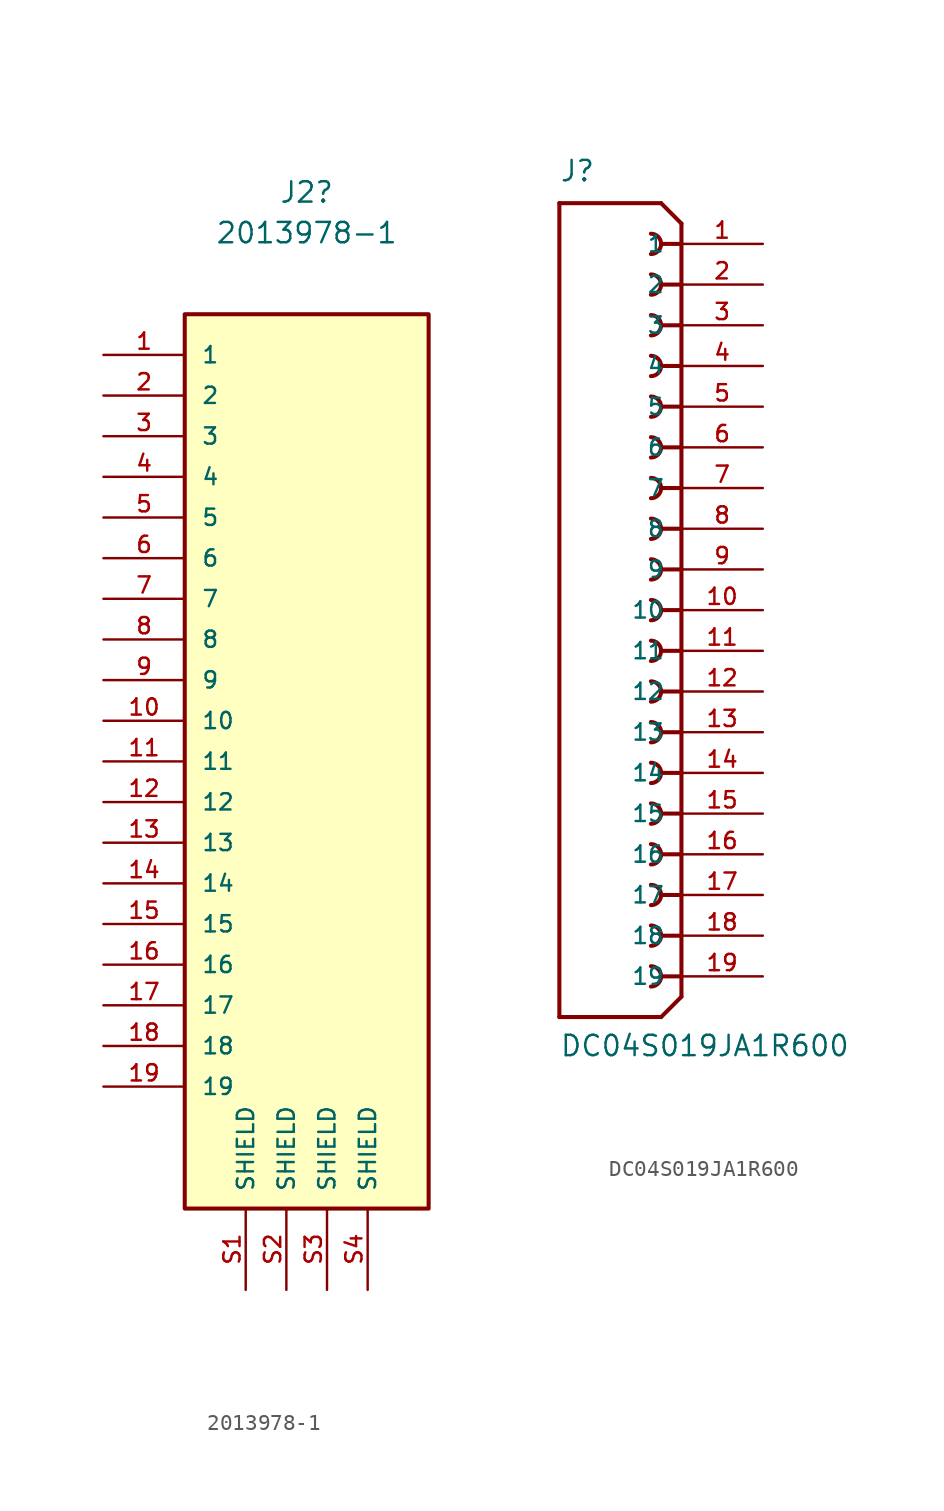
<source format=kicad_sym>
(kicad_symbol_lib
  (version 20211014)
  (generator kicad_symbol_editor)
  (symbol "2013978-1"
    (pin_names
      (offset 1.016))
    (property "Reference" "J2"
      (at 0 35.56 0)
      (effects (font (size 1.27 1.27))))
    (property "Value" "2013978-1"
      (at 0 33.02 0)
      (effects (font (size 1.27 1.27))))
    (property "ki_locked" ""
      (at 0 0 0)
      (effects (font (size 1.27 1.27))))
    (symbol "2013978-1_0_0"
      (rectangle (start -7.62 -27.94) (end 7.62 27.94) (stroke (width 0.254) (type default) (color 0 0 0 0)) (fill (type background)))
      (pin passive line (at -12.7 25.4 0) (length 5.08) (name "1" (effects (font (size 1.016 1.016)))) (number "1" (effects (font (size 1.016 1.016)))))
      (pin passive line (at -12.7 2.54 0) (length 5.08) (name "10" (effects (font (size 1.016 1.016)))) (number "10" (effects (font (size 1.016 1.016)))))
      (pin passive line (at -12.7 0 0) (length 5.08) (name "11" (effects (font (size 1.016 1.016)))) (number "11" (effects (font (size 1.016 1.016)))))
      (pin passive line (at -12.7 -2.54 0) (length 5.08) (name "12" (effects (font (size 1.016 1.016)))) (number "12" (effects (font (size 1.016 1.016)))))
      (pin passive line (at -12.7 -5.08 0) (length 5.08) (name "13" (effects (font (size 1.016 1.016)))) (number "13" (effects (font (size 1.016 1.016)))))
      (pin passive line (at -12.7 -7.62 0) (length 5.08) (name "14" (effects (font (size 1.016 1.016)))) (number "14" (effects (font (size 1.016 1.016)))))
      (pin passive line (at -12.7 -10.16 0) (length 5.08) (name "15" (effects (font (size 1.016 1.016)))) (number "15" (effects (font (size 1.016 1.016)))))
      (pin passive line (at -12.7 -12.7 0) (length 5.08) (name "16" (effects (font (size 1.016 1.016)))) (number "16" (effects (font (size 1.016 1.016)))))
      (pin passive line (at -12.7 -15.24 0) (length 5.08) (name "17" (effects (font (size 1.016 1.016)))) (number "17" (effects (font (size 1.016 1.016)))))
      (pin passive line (at -12.7 -17.78 0) (length 5.08) (name "18" (effects (font (size 1.016 1.016)))) (number "18" (effects (font (size 1.016 1.016)))))
      (pin passive line (at -12.7 -20.32 0) (length 5.08) (name "19" (effects (font (size 1.016 1.016)))) (number "19" (effects (font (size 1.016 1.016)))))
      (pin passive line (at -12.7 22.86 0) (length 5.08) (name "2" (effects (font (size 1.016 1.016)))) (number "2" (effects (font (size 1.016 1.016)))))
      (pin passive line (at -12.7 20.32 0) (length 5.08) (name "3" (effects (font (size 1.016 1.016)))) (number "3" (effects (font (size 1.016 1.016)))))
      (pin passive line (at -12.7 17.78 0) (length 5.08) (name "4" (effects (font (size 1.016 1.016)))) (number "4" (effects (font (size 1.016 1.016)))))
      (pin passive line (at -12.7 15.24 0) (length 5.08) (name "5" (effects (font (size 1.016 1.016)))) (number "5" (effects (font (size 1.016 1.016)))))
      (pin passive line (at -12.7 12.7 0) (length 5.08) (name "6" (effects (font (size 1.016 1.016)))) (number "6" (effects (font (size 1.016 1.016)))))
      (pin passive line (at -12.7 10.16 0) (length 5.08) (name "7" (effects (font (size 1.016 1.016)))) (number "7" (effects (font (size 1.016 1.016)))))
      (pin passive line (at -12.7 7.62 0) (length 5.08) (name "8" (effects (font (size 1.016 1.016)))) (number "8" (effects (font (size 1.016 1.016)))))
      (pin passive line (at -12.7 5.08 0) (length 5.08) (name "9" (effects (font (size 1.016 1.016)))) (number "9" (effects (font (size 1.016 1.016)))))
      (pin passive line (at -3.81 -33.02 90) (length 5.08) (name "SHIELD" (effects (font (size 1.016 1.016)))) (number "S1" (effects (font (size 1.016 1.016)))))
      (pin passive line (at -1.27 -33.02 90) (length 5.08) (name "SHIELD" (effects (font (size 1.016 1.016)))) (number "S2" (effects (font (size 1.016 1.016)))))
      (pin passive line (at 1.27 -33.02 90) (length 5.08) (name "SHIELD" (effects (font (size 1.016 1.016)))) (number "S3" (effects (font (size 1.016 1.016)))))
      (pin passive line (at 3.81 -33.02 90) (length 5.08) (name "SHIELD" (effects (font (size 1.016 1.016)))) (number "S4" (effects (font (size 1.016 1.016)))))))
  (symbol "DC04S019JA1R600"
    (pin_names
      (offset 1.016))
    (property "Reference" "J"
      (at -7.62 26.67 0)
      (effects (font (size 1.27 1.27)) (justify left bottom)))
    (property "Value" "DC04S019JA1R600"
      (at -7.62 -27.94 0)
      (effects (font (size 1.27 1.27)) (justify left bottom)))
    (property "ki_locked" ""
      (at 0 0 0)
      (effects (font (size 1.27 1.27))))
    (symbol "DC04S019JA1R600_0_0"
      (arc (start -1.905 -23.495) (mid -1.27 -22.86) (end -1.905 -22.225) (stroke (width 0.254) (type default) (color 0 0 0 0)) (fill (type none)))
      (arc (start -1.905 -20.955) (mid -1.27 -20.32) (end -1.905 -19.685) (stroke (width 0.254) (type default) (color 0 0 0 0)) (fill (type none)))
      (arc (start -1.905 -18.415) (mid -1.27 -17.78) (end -1.905 -17.145) (stroke (width 0.254) (type default) (color 0 0 0 0)) (fill (type none)))
      (arc (start -1.905 -15.875) (mid -1.27 -15.24) (end -1.905 -14.605) (stroke (width 0.254) (type default) (color 0 0 0 0)) (fill (type none)))
      (arc (start -1.905 -13.335) (mid -1.27 -12.7) (end -1.905 -12.065) (stroke (width 0.254) (type default) (color 0 0 0 0)) (fill (type none)))
      (arc (start -1.905 -10.795) (mid -1.27 -10.16) (end -1.905 -9.525) (stroke (width 0.254) (type default) (color 0 0 0 0)) (fill (type none)))
      (arc (start -1.905 -8.255) (mid -1.27 -7.62) (end -1.905 -6.985) (stroke (width 0.254) (type default) (color 0 0 0 0)) (fill (type none)))
      (arc (start -1.905 -5.715) (mid -1.27 -5.08) (end -1.905 -4.445) (stroke (width 0.254) (type default) (color 0 0 0 0)) (fill (type none)))
      (arc (start -1.905 -3.175) (mid -1.27 -2.54) (end -1.905 -1.905) (stroke (width 0.254) (type default) (color 0 0 0 0)) (fill (type none)))
      (arc (start -1.905 -0.635) (mid -1.27 0) (end -1.905 0.635) (stroke (width 0.254) (type default) (color 0 0 0 0)) (fill (type none)))
      (arc (start -1.905 1.905) (mid -1.27 2.54) (end -1.905 3.175) (stroke (width 0.254) (type default) (color 0 0 0 0)) (fill (type none)))
      (arc (start -1.905 4.445) (mid -1.27 5.08) (end -1.905 5.715) (stroke (width 0.254) (type default) (color 0 0 0 0)) (fill (type none)))
      (arc (start -1.905 6.985) (mid -1.27 7.62) (end -1.905 8.255) (stroke (width 0.254) (type default) (color 0 0 0 0)) (fill (type none)))
      (arc (start -1.905 9.525) (mid -1.27 10.16) (end -1.905 10.795) (stroke (width 0.254) (type default) (color 0 0 0 0)) (fill (type none)))
      (arc (start -1.905 12.065) (mid -1.27 12.7) (end -1.905 13.335) (stroke (width 0.254) (type default) (color 0 0 0 0)) (fill (type none)))
      (arc (start -1.905 14.605) (mid -1.27 15.24) (end -1.905 15.875) (stroke (width 0.254) (type default) (color 0 0 0 0)) (fill (type none)))
      (arc (start -1.905 17.145) (mid -1.27 17.78) (end -1.905 18.415) (stroke (width 0.254) (type default) (color 0 0 0 0)) (fill (type none)))
      (arc (start -1.905 19.685) (mid -1.27 20.32) (end -1.905 20.955) (stroke (width 0.254) (type default) (color 0 0 0 0)) (fill (type none)))
      (arc (start -1.905 22.225) (mid -1.27 22.86) (end -1.905 23.495) (stroke (width 0.254) (type default) (color 0 0 0 0)) (fill (type none)))
      (polyline (pts (xy -7.62 -25.4) (xy -7.62 25.4)) (stroke (width 0.254) (type default) (color 0 0 0 0)) (fill (type none)))
      (polyline (pts (xy -7.62 25.4) (xy -1.27 25.4)) (stroke (width 0.254) (type default) (color 0 0 0 0)) (fill (type none)))
      (polyline (pts (xy -1.27 -25.4) (xy -7.62 -25.4)) (stroke (width 0.254) (type default) (color 0 0 0 0)) (fill (type none)))
      (polyline (pts (xy 0 -24.13) (xy -1.27 -25.4)) (stroke (width 0.254) (type default) (color 0 0 0 0)) (fill (type none)))
      (polyline (pts (xy 0 -22.86) (xy -1.27 -22.86)) (stroke (width 0.254) (type default) (color 0 0 0 0)) (fill (type none)))
      (polyline (pts (xy 0 -20.32) (xy -1.27 -20.32)) (stroke (width 0.254) (type default) (color 0 0 0 0)) (fill (type none)))
      (polyline (pts (xy 0 -17.78) (xy -1.27 -17.78)) (stroke (width 0.254) (type default) (color 0 0 0 0)) (fill (type none)))
      (polyline (pts (xy 0 -15.24) (xy -1.27 -15.24)) (stroke (width 0.254) (type default) (color 0 0 0 0)) (fill (type none)))
      (polyline (pts (xy 0 -12.7) (xy -1.27 -12.7)) (stroke (width 0.254) (type default) (color 0 0 0 0)) (fill (type none)))
      (polyline (pts (xy 0 -10.16) (xy -1.27 -10.16)) (stroke (width 0.254) (type default) (color 0 0 0 0)) (fill (type none)))
      (polyline (pts (xy 0 -7.62) (xy -1.27 -7.62)) (stroke (width 0.254) (type default) (color 0 0 0 0)) (fill (type none)))
      (polyline (pts (xy 0 -5.08) (xy -1.27 -5.08)) (stroke (width 0.254) (type default) (color 0 0 0 0)) (fill (type none)))
      (polyline (pts (xy 0 -2.54) (xy -1.27 -2.54)) (stroke (width 0.254) (type default) (color 0 0 0 0)) (fill (type none)))
      (polyline (pts (xy 0 0) (xy -1.27 0)) (stroke (width 0.254) (type default) (color 0 0 0 0)) (fill (type none)))
      (polyline (pts (xy 0 2.54) (xy -1.27 2.54)) (stroke (width 0.254) (type default) (color 0 0 0 0)) (fill (type none)))
      (polyline (pts (xy 0 5.08) (xy -1.27 5.08)) (stroke (width 0.254) (type default) (color 0 0 0 0)) (fill (type none)))
      (polyline (pts (xy 0 7.62) (xy -1.27 7.62)) (stroke (width 0.254) (type default) (color 0 0 0 0)) (fill (type none)))
      (polyline (pts (xy 0 10.16) (xy -1.27 10.16)) (stroke (width 0.254) (type default) (color 0 0 0 0)) (fill (type none)))
      (polyline (pts (xy 0 12.7) (xy -1.27 12.7)) (stroke (width 0.254) (type default) (color 0 0 0 0)) (fill (type none)))
      (polyline (pts (xy 0 15.24) (xy -1.27 15.24)) (stroke (width 0.254) (type default) (color 0 0 0 0)) (fill (type none)))
      (polyline (pts (xy 0 17.78) (xy -1.27 17.78)) (stroke (width 0.254) (type default) (color 0 0 0 0)) (fill (type none)))
      (polyline (pts (xy 0 20.32) (xy -1.27 20.32)) (stroke (width 0.254) (type default) (color 0 0 0 0)) (fill (type none)))
      (polyline (pts (xy 0 22.86) (xy -1.27 22.86)) (stroke (width 0.254) (type default) (color 0 0 0 0)) (fill (type none)))
      (polyline (pts (xy 0 22.86) (xy 0 -24.13)) (stroke (width 0.254) (type default) (color 0 0 0 0)) (fill (type none)))
      (polyline (pts (xy 0 24.13) (xy -1.27 25.4)) (stroke (width 0.254) (type default) (color 0 0 0 0)) (fill (type none)))
      (polyline (pts (xy 0 24.13) (xy 0 22.86)) (stroke (width 0.254) (type default) (color 0 0 0 0)) (fill (type none)))
      (pin passive line (at 5.08 22.86 180) (length 5.08) (name "1" (effects (font (size 1.016 1.016)))) (number "1" (effects (font (size 1.016 1.016)))))
      (pin passive line (at 5.08 0 180) (length 5.08) (name "10" (effects (font (size 1.016 1.016)))) (number "10" (effects (font (size 1.016 1.016)))))
      (pin passive line (at 5.08 -2.54 180) (length 5.08) (name "11" (effects (font (size 1.016 1.016)))) (number "11" (effects (font (size 1.016 1.016)))))
      (pin passive line (at 5.08 -5.08 180) (length 5.08) (name "12" (effects (font (size 1.016 1.016)))) (number "12" (effects (font (size 1.016 1.016)))))
      (pin passive line (at 5.08 -7.62 180) (length 5.08) (name "13" (effects (font (size 1.016 1.016)))) (number "13" (effects (font (size 1.016 1.016)))))
      (pin passive line (at 5.08 -10.16 180) (length 5.08) (name "14" (effects (font (size 1.016 1.016)))) (number "14" (effects (font (size 1.016 1.016)))))
      (pin passive line (at 5.08 -12.7 180) (length 5.08) (name "15" (effects (font (size 1.016 1.016)))) (number "15" (effects (font (size 1.016 1.016)))))
      (pin passive line (at 5.08 -15.24 180) (length 5.08) (name "16" (effects (font (size 1.016 1.016)))) (number "16" (effects (font (size 1.016 1.016)))))
      (pin passive line (at 5.08 -17.78 180) (length 5.08) (name "17" (effects (font (size 1.016 1.016)))) (number "17" (effects (font (size 1.016 1.016)))))
      (pin passive line (at 5.08 -20.32 180) (length 5.08) (name "18" (effects (font (size 1.016 1.016)))) (number "18" (effects (font (size 1.016 1.016)))))
      (pin passive line (at 5.08 -22.86 180) (length 5.08) (name "19" (effects (font (size 1.016 1.016)))) (number "19" (effects (font (size 1.016 1.016)))))
      (pin passive line (at 5.08 20.32 180) (length 5.08) (name "2" (effects (font (size 1.016 1.016)))) (number "2" (effects (font (size 1.016 1.016)))))
      (pin passive line (at 5.08 17.78 180) (length 5.08) (name "3" (effects (font (size 1.016 1.016)))) (number "3" (effects (font (size 1.016 1.016)))))
      (pin passive line (at 5.08 15.24 180) (length 5.08) (name "4" (effects (font (size 1.016 1.016)))) (number "4" (effects (font (size 1.016 1.016)))))
      (pin passive line (at 5.08 12.7 180) (length 5.08) (name "5" (effects (font (size 1.016 1.016)))) (number "5" (effects (font (size 1.016 1.016)))))
      (pin passive line (at 5.08 10.16 180) (length 5.08) (name "6" (effects (font (size 1.016 1.016)))) (number "6" (effects (font (size 1.016 1.016)))))
      (pin passive line (at 5.08 7.62 180) (length 5.08) (name "7" (effects (font (size 1.016 1.016)))) (number "7" (effects (font (size 1.016 1.016)))))
      (pin passive line (at 5.08 5.08 180) (length 5.08) (name "8" (effects (font (size 1.016 1.016)))) (number "8" (effects (font (size 1.016 1.016)))))
      (pin passive line (at 5.08 2.54 180) (length 5.08) (name "9" (effects (font (size 1.016 1.016)))) (number "9" (effects (font (size 1.016 1.016))))))))
</source>
